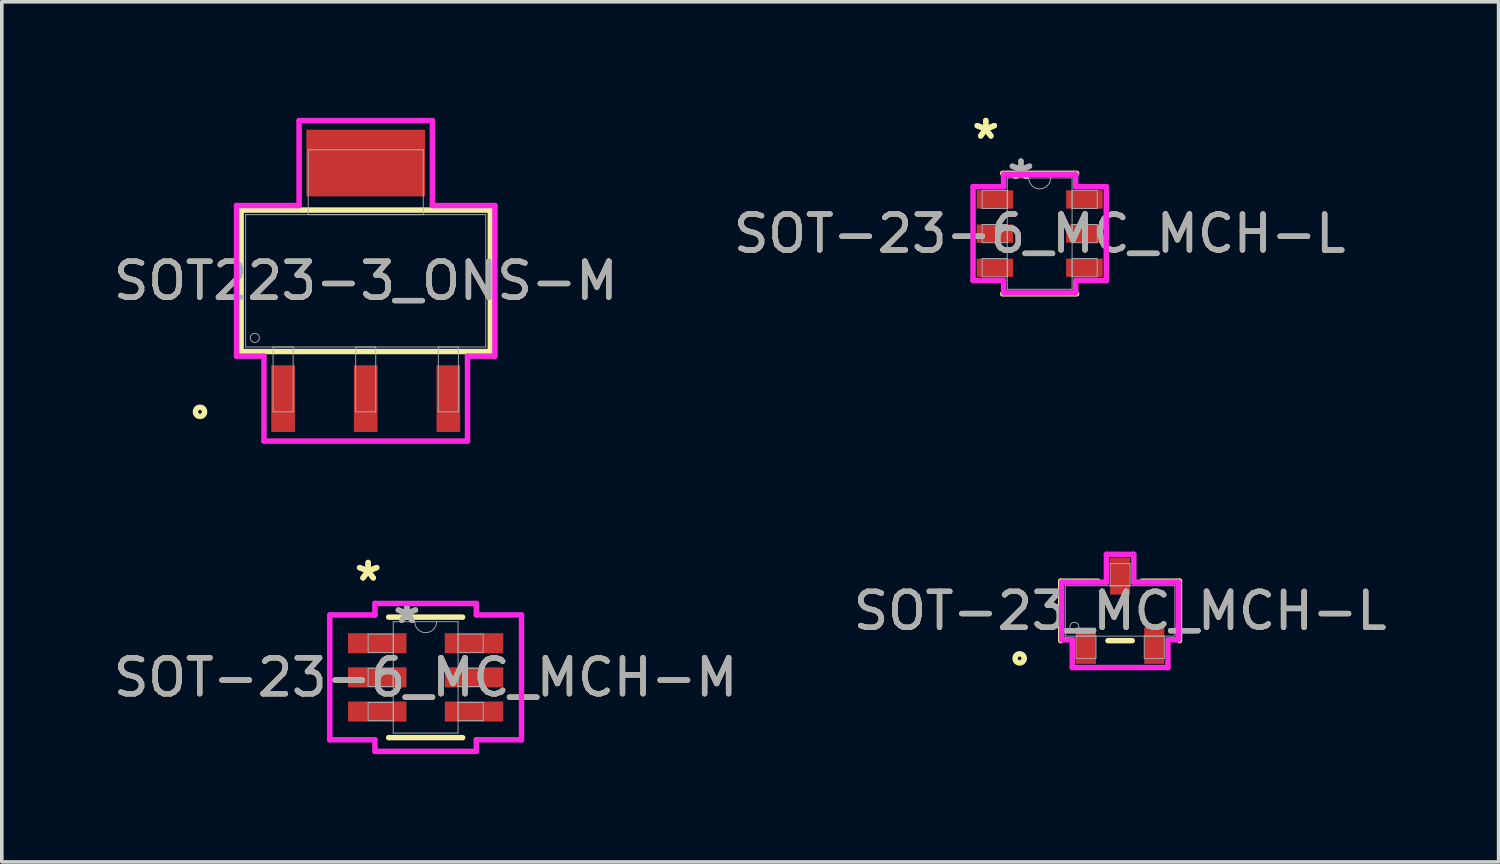
<source format=kicad_pcb>
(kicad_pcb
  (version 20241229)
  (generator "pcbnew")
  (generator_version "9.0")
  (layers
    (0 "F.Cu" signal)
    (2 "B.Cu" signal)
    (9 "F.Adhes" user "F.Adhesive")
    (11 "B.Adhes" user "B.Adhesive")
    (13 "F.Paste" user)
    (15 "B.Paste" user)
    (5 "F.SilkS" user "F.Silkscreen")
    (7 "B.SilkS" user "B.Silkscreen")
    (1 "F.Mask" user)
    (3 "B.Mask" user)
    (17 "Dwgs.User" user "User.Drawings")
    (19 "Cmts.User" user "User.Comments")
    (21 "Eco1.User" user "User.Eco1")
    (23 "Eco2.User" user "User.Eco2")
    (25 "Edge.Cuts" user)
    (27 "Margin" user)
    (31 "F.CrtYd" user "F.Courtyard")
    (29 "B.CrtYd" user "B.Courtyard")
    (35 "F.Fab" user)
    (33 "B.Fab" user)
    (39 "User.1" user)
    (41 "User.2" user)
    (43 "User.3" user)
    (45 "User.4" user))
  (footprint "SOT-23-6_MC_MCH-L"
    (layer "F.Cu")
    (at 25.875 3.449)
    (property "Reference" "SOT-23-6_MC_MCH-L" (at 0 0 0) (unlocked yes) (layer "F.SilkS") (effects (font (size 1 1) (thickness 0.15))))
    (attr smd)
    (fp_line (start -1.029 1.676) (end 1.029 1.676) (stroke (width 0.152) (type solid)) (layer "F.SilkS"))
    (fp_line (start 1.029 -1.676) (end -1.029 -1.676) (stroke (width 0.152) (type solid)) (layer "F.SilkS"))
    (fp_line (start -1.854 -1.306) (end -1.003 -1.306) (stroke (width 0.152) (type solid)) (layer "F.CrtYd"))
    (fp_line (start -1.854 1.306) (end -1.854 -1.306) (stroke (width 0.152) (type solid)) (layer "F.CrtYd"))
    (fp_line (start -1.854 1.306) (end -1.003 1.306) (stroke (width 0.152) (type solid)) (layer "F.CrtYd"))
    (fp_line (start -1.003 -1.651) (end 1.003 -1.651) (stroke (width 0.152) (type solid)) (layer "F.CrtYd"))
    (fp_line (start -1.003 -1.306) (end -1.003 -1.651) (stroke (width 0.152) (type solid)) (layer "F.CrtYd"))
    (fp_line (start -1.003 1.651) (end -1.003 1.306) (stroke (width 0.152) (type solid)) (layer "F.CrtYd"))
    (fp_line (start 1.003 -1.651) (end 1.003 -1.306) (stroke (width 0.152) (type solid)) (layer "F.CrtYd"))
    (fp_line (start 1.003 1.306) (end 1.003 1.651) (stroke (width 0.152) (type solid)) (layer "F.CrtYd"))
    (fp_line (start 1.003 1.651) (end -1.003 1.651) (stroke (width 0.152) (type solid)) (layer "F.CrtYd"))
    (fp_line (start 1.854 -1.306) (end 1.003 -1.306) (stroke (width 0.152) (type solid)) (layer "F.CrtYd"))
    (fp_line (start 1.854 -1.306) (end 1.854 1.306) (stroke (width 0.152) (type solid)) (layer "F.CrtYd"))
    (fp_line (start 1.854 1.306) (end 1.003 1.306) (stroke (width 0.152) (type solid)) (layer "F.CrtYd"))
    (fp_line (start -1.6 -1.204) (end -1.6 -0.696) (stroke (width 0.025) (type solid)) (layer "F.Fab"))
    (fp_line (start -1.6 -0.696) (end -0.902 -0.696) (stroke (width 0.025) (type solid)) (layer "F.Fab"))
    (fp_line (start -1.6 -0.254) (end -1.6 0.254) (stroke (width 0.025) (type solid)) (layer "F.Fab"))
    (fp_line (start -1.6 0.254) (end -0.902 0.254) (stroke (width 0.025) (type solid)) (layer "F.Fab"))
    (fp_line (start -1.6 0.696) (end -1.6 1.204) (stroke (width 0.025) (type solid)) (layer "F.Fab"))
    (fp_line (start -1.6 1.204) (end -0.902 1.204) (stroke (width 0.025) (type solid)) (layer "F.Fab"))
    (fp_line (start -0.902 -1.549) (end -0.902 1.549) (stroke (width 0.025) (type solid)) (layer "F.Fab"))
    (fp_line (start -0.902 -1.204) (end -1.6 -1.204) (stroke (width 0.025) (type solid)) (layer "F.Fab"))
    (fp_line (start -0.902 -0.696) (end -0.902 -1.204) (stroke (width 0.025) (type solid)) (layer "F.Fab"))
    (fp_line (start -0.902 -0.254) (end -1.6 -0.254) (stroke (width 0.025) (type solid)) (layer "F.Fab"))
    (fp_line (start -0.902 0.254) (end -0.902 -0.254) (stroke (width 0.025) (type solid)) (layer "F.Fab"))
    (fp_line (start -0.902 0.696) (end -1.6 0.696) (stroke (width 0.025) (type solid)) (layer "F.Fab"))
    (fp_line (start -0.902 1.204) (end -0.902 0.696) (stroke (width 0.025) (type solid)) (layer "F.Fab"))
    (fp_line (start -0.902 1.549) (end 0.902 1.549) (stroke (width 0.025) (type solid)) (layer "F.Fab"))
    (fp_line (start 0.902 -1.549) (end -0.902 -1.549) (stroke (width 0.025) (type solid)) (layer "F.Fab"))
    (fp_line (start 0.902 -1.204) (end 0.902 -0.696) (stroke (width 0.025) (type solid)) (layer "F.Fab"))
    (fp_line (start 0.902 -0.696) (end 1.6 -0.696) (stroke (width 0.025) (type solid)) (layer "F.Fab"))
    (fp_line (start 0.902 -0.254) (end 0.902 0.254) (stroke (width 0.025) (type solid)) (layer "F.Fab"))
    (fp_line (start 0.902 0.254) (end 1.6 0.254) (stroke (width 0.025) (type solid)) (layer "F.Fab"))
    (fp_line (start 0.902 0.696) (end 0.902 1.204) (stroke (width 0.025) (type solid)) (layer "F.Fab"))
    (fp_line (start 0.902 1.204) (end 1.6 1.204) (stroke (width 0.025) (type solid)) (layer "F.Fab"))
    (fp_line (start 0.902 1.549) (end 0.902 -1.549) (stroke (width 0.025) (type solid)) (layer "F.Fab"))
    (fp_line (start 1.6 -1.204) (end 0.902 -1.204) (stroke (width 0.025) (type solid)) (layer "F.Fab"))
    (fp_line (start 1.6 -0.696) (end 1.6 -1.204) (stroke (width 0.025) (type solid)) (layer "F.Fab"))
    (fp_line (start 1.6 -0.254) (end 0.902 -0.254) (stroke (width 0.025) (type solid)) (layer "F.Fab"))
    (fp_line (start 1.6 0.254) (end 1.6 -0.254) (stroke (width 0.025) (type solid)) (layer "F.Fab"))
    (fp_line (start 1.6 0.696) (end 0.902 0.696) (stroke (width 0.025) (type solid)) (layer "F.Fab"))
    (fp_line (start 1.6 1.204) (end 1.6 0.696) (stroke (width 0.025) (type solid)) (layer "F.Fab"))
    (fp_arc (start 0.3048 -1.5494) (mid 0 -1.2446) (end -0.3048 -1.5494) (stroke (width 0.0254) (type solid)) (layer "F.Fab"))
    (fp_text user "*" (at -1.499 -2.601 0) (layer "F.SilkS") (effects (font (size 1 1) (thickness 0.15))))
    (fp_text user "*" (at -1.499 -2.601 0) (unlocked yes) (layer "F.SilkS") (effects (font (size 1 1) (thickness 0.15))))
    (fp_text user "*" (at -0.521 -1.473 0) (layer "F.Fab") (effects (font (size 1 1) (thickness 0.15))))
    (fp_text user "${REFERENCE}" (at 0 0 0) (unlocked yes) (layer "F.Fab") (effects (font (size 1 1) (thickness 0.15))))
    (fp_text user "*" (at -0.521 -1.473 0) (unlocked yes) (layer "F.Fab") (effects (font (size 1 1) (thickness 0.15))))
    (pad "1" smd rect (at -1.245 -0.95) (size 1.016 0.508) (layers "F.Cu" "F.Mask" "F.Paste"))
    (pad "2" smd rect (at -1.245 0) (size 1.016 0.508) (layers "F.Cu" "F.Mask" "F.Paste"))
    (pad "3" smd rect (at -1.245 0.95) (size 1.016 0.508) (layers "F.Cu" "F.Mask" "F.Paste"))
    (pad "4" smd rect (at 1.245 0.95) (size 1.016 0.508) (layers "F.Cu" "F.Mask" "F.Paste"))
    (pad "5" smd rect (at 1.245 0) (size 1.016 0.508) (layers "F.Cu" "F.Mask" "F.Paste"))
    (pad "6" smd rect (at 1.245 -0.95) (size 1.016 0.508) (layers "F.Cu" "F.Mask" "F.Paste")))
  (footprint "SOT-23_MC_MCH-L"
    (layer "F.Cu")
    (at 28.113 13.947)
    (property "Reference" "SOT-23_MC_MCH-L" (at 0 0 0) (unlocked yes) (layer "F.SilkS") (effects (font (size 1 1) (thickness 0.15))))
    (attr smd)
    (fp_line (start -1.652 -0.827) (end -1.652 0.827) (stroke (width 0.152) (type solid)) (layer "F.SilkS"))
    (fp_line (start -0.612 -0.827) (end -1.652 -0.827) (stroke (width 0.152) (type solid)) (layer "F.SilkS"))
    (fp_line (start -0.338 0.827) (end 0.338 0.827) (stroke (width 0.152) (type solid)) (layer "F.SilkS"))
    (fp_line (start 1.652 -0.827) (end 0.612 -0.827) (stroke (width 0.152) (type solid)) (layer "F.SilkS"))
    (fp_line (start 1.652 0.827) (end 1.652 -0.827) (stroke (width 0.152) (type solid)) (layer "F.SilkS"))
    (fp_circle (center -2.795 1.32) (end -2.668 1.32) (stroke (width 0.152) (type solid)) (fill no) (layer "F.SilkS"))
    (fp_line (start -1.627 -0.802) (end -0.381 -0.802) (stroke (width 0.152) (type solid)) (layer "F.CrtYd"))
    (fp_line (start -1.627 0.802) (end -1.627 -0.802) (stroke (width 0.152) (type solid)) (layer "F.CrtYd"))
    (fp_line (start -1.627 0.802) (end -1.331 0.802) (stroke (width 0.152) (type solid)) (layer "F.CrtYd"))
    (fp_line (start -1.331 0.802) (end -1.331 1.574) (stroke (width 0.152) (type solid)) (layer "F.CrtYd"))
    (fp_line (start -1.331 1.574) (end 1.331 1.574) (stroke (width 0.152) (type solid)) (layer "F.CrtYd"))
    (fp_line (start -0.381 -1.574) (end 0.381 -1.574) (stroke (width 0.152) (type solid)) (layer "F.CrtYd"))
    (fp_line (start -0.381 -0.802) (end -0.381 -1.574) (stroke (width 0.152) (type solid)) (layer "F.CrtYd"))
    (fp_line (start 0.381 -0.802) (end 0.381 -1.574) (stroke (width 0.152) (type solid)) (layer "F.CrtYd"))
    (fp_line (start 1.331 0.802) (end 1.331 1.574) (stroke (width 0.152) (type solid)) (layer "F.CrtYd"))
    (fp_line (start 1.627 -0.802) (end 0.381 -0.802) (stroke (width 0.152) (type solid)) (layer "F.CrtYd"))
    (fp_line (start 1.627 -0.802) (end 1.627 0.802) (stroke (width 0.152) (type solid)) (layer "F.CrtYd"))
    (fp_line (start 1.627 0.802) (end 1.331 0.802) (stroke (width 0.152) (type solid)) (layer "F.CrtYd"))
    (fp_line (start -1.525 -0.7) (end -1.525 0.7) (stroke (width 0.025) (type solid)) (layer "F.Fab"))
    (fp_line (start -1.525 0.7) (end 1.525 0.7) (stroke (width 0.025) (type solid)) (layer "F.Fab"))
    (fp_line (start -1.229 0.7) (end -1.229 1.32) (stroke (width 0.025) (type solid)) (layer "F.Fab"))
    (fp_line (start -1.229 1.32) (end -0.671 1.32) (stroke (width 0.025) (type solid)) (layer "F.Fab"))
    (fp_line (start -0.671 0.7) (end -1.229 0.7) (stroke (width 0.025) (type solid)) (layer "F.Fab"))
    (fp_line (start -0.671 1.32) (end -0.671 0.7) (stroke (width 0.025) (type solid)) (layer "F.Fab"))
    (fp_line (start -0.279 -1.32) (end -0.279 -0.7) (stroke (width 0.025) (type solid)) (layer "F.Fab"))
    (fp_line (start -0.279 -0.7) (end 0.279 -0.7) (stroke (width 0.025) (type solid)) (layer "F.Fab"))
    (fp_line (start 0.279 -1.32) (end -0.279 -1.32) (stroke (width 0.025) (type solid)) (layer "F.Fab"))
    (fp_line (start 0.279 -0.7) (end 0.279 -1.32) (stroke (width 0.025) (type solid)) (layer "F.Fab"))
    (fp_line (start 0.671 0.7) (end 0.671 1.32) (stroke (width 0.025) (type solid)) (layer "F.Fab"))
    (fp_line (start 0.671 1.32) (end 1.229 1.32) (stroke (width 0.025) (type solid)) (layer "F.Fab"))
    (fp_line (start 1.229 0.7) (end 0.671 0.7) (stroke (width 0.025) (type solid)) (layer "F.Fab"))
    (fp_line (start 1.229 1.32) (end 1.229 0.7) (stroke (width 0.025) (type solid)) (layer "F.Fab"))
    (fp_line (start 1.525 -0.7) (end -1.525 -0.7) (stroke (width 0.025) (type solid)) (layer "F.Fab"))
    (fp_line (start 1.525 0.7) (end 1.525 -0.7) (stroke (width 0.025) (type solid)) (layer "F.Fab"))
    (fp_circle (center -1.271 0.446) (end -1.144 0.446) (stroke (width 0.025) (type solid)) (fill no) (layer "F.Fab"))
    (fp_text user "${REFERENCE}" (at 0 0 0) (unlocked yes) (layer "F.Fab") (effects (font (size 1 1) (thickness 0.15))))
    (pad "1" smd rect (at -0.95 0.964) (size 0.559 1.016) (layers "F.Cu" "F.Mask" "F.Paste"))
    (pad "2" smd rect (at 0.95 0.964) (size 0.559 1.016) (layers "F.Cu" "F.Mask" "F.Paste"))
    (pad "3" smd rect (at 0 -0.964) (size 0.559 1.016) (layers "F.Cu" "F.Mask" "F.Paste")))
  (footprint "SOT223-3_ONS-M"
    (layer "F.Cu")
    (at 7.125 4.763)
    (property "Reference" "SOT223-3_ONS-M" (at 0 0 0) (unlocked yes) (layer "F.SilkS") (effects (font (size 1 1) (thickness 0.15))))
    (attr smd)
    (fp_poly (pts (xy 1.651 -4.204) (xy -1.651 -4.204) (xy -1.651 -2.349) (xy 1.651 -2.349)) (stroke (width 0) (type solid)) (fill yes) (layer "F.Cu"))
    (fp_poly (pts (xy 1.702 -4.763) (xy -1.702 -4.763) (xy -1.702 -1.892) (xy 1.702 -1.892)) (stroke (width 0) (type solid)) (fill yes) (layer "F.Mask"))
    (fp_line (start -3.467 -1.968) (end -3.467 1.968) (stroke (width 0.152) (type solid)) (layer "F.SilkS"))
    (fp_line (start -3.467 1.968) (end 3.467 1.968) (stroke (width 0.152) (type solid)) (layer "F.SilkS"))
    (fp_line (start 3.467 -1.968) (end -3.467 -1.968) (stroke (width 0.152) (type solid)) (layer "F.SilkS"))
    (fp_line (start 3.467 1.968) (end 3.467 -1.968) (stroke (width 0.152) (type solid)) (layer "F.SilkS"))
    (fp_circle (center -4.61 3.645) (end -4.483 3.645) (stroke (width 0.152) (type solid)) (fill no) (layer "F.SilkS"))
    (fp_poly (pts (xy 1.651 -4.204) (xy -1.651 -4.204) (xy -1.651 -2.349) (xy 1.651 -2.349)) (stroke (width 0) (type solid)) (fill yes) (layer "F.Paste"))
    (fp_line (start -3.594 -2.095) (end -1.854 -2.095) (stroke (width 0.152) (type solid)) (layer "F.CrtYd"))
    (fp_line (start -3.594 2.095) (end -3.594 -2.095) (stroke (width 0.152) (type solid)) (layer "F.CrtYd"))
    (fp_line (start -2.832 2.095) (end -3.594 2.095) (stroke (width 0.152) (type solid)) (layer "F.CrtYd"))
    (fp_line (start -2.832 4.458) (end -2.832 2.095) (stroke (width 0.152) (type solid)) (layer "F.CrtYd"))
    (fp_line (start -1.854 -4.458) (end 1.854 -4.458) (stroke (width 0.152) (type solid)) (layer "F.CrtYd"))
    (fp_line (start -1.854 -2.095) (end -1.854 -4.458) (stroke (width 0.152) (type solid)) (layer "F.CrtYd"))
    (fp_line (start 1.854 -4.458) (end 1.854 -2.095) (stroke (width 0.152) (type solid)) (layer "F.CrtYd"))
    (fp_line (start 1.854 -2.095) (end 3.594 -2.095) (stroke (width 0.152) (type solid)) (layer "F.CrtYd"))
    (fp_line (start 2.832 2.095) (end 2.832 4.458) (stroke (width 0.152) (type solid)) (layer "F.CrtYd"))
    (fp_line (start 2.832 4.458) (end -2.832 4.458) (stroke (width 0.152) (type solid)) (layer "F.CrtYd"))
    (fp_line (start 3.594 -2.095) (end 3.594 2.095) (stroke (width 0.152) (type solid)) (layer "F.CrtYd"))
    (fp_line (start 3.594 2.095) (end 2.832 2.095) (stroke (width 0.152) (type solid)) (layer "F.CrtYd"))
    (fp_line (start -3.34 -1.841) (end -3.34 1.841) (stroke (width 0.025) (type solid)) (layer "F.Fab"))
    (fp_line (start -3.34 1.841) (end 3.34 1.841) (stroke (width 0.025) (type solid)) (layer "F.Fab"))
    (fp_line (start -2.578 1.841) (end -2.578 3.645) (stroke (width 0.025) (type solid)) (layer "F.Fab"))
    (fp_line (start -2.578 3.645) (end -2.019 3.645) (stroke (width 0.025) (type solid)) (layer "F.Fab"))
    (fp_line (start -2.019 1.841) (end -2.578 1.841) (stroke (width 0.025) (type solid)) (layer "F.Fab"))
    (fp_line (start -2.019 3.645) (end -2.019 1.841) (stroke (width 0.025) (type solid)) (layer "F.Fab"))
    (fp_line (start -1.6 -3.645) (end -1.6 -1.841) (stroke (width 0.025) (type solid)) (layer "F.Fab"))
    (fp_line (start -1.6 -1.841) (end 1.6 -1.841) (stroke (width 0.025) (type solid)) (layer "F.Fab"))
    (fp_line (start -0.279 1.841) (end -0.279 3.645) (stroke (width 0.025) (type solid)) (layer "F.Fab"))
    (fp_line (start -0.279 3.645) (end 0.279 3.645) (stroke (width 0.025) (type solid)) (layer "F.Fab"))
    (fp_line (start 0.279 1.841) (end -0.279 1.841) (stroke (width 0.025) (type solid)) (layer "F.Fab"))
    (fp_line (start 0.279 3.645) (end 0.279 1.841) (stroke (width 0.025) (type solid)) (layer "F.Fab"))
    (fp_line (start 1.6 -3.645) (end -1.6 -3.645) (stroke (width 0.025) (type solid)) (layer "F.Fab"))
    (fp_line (start 1.6 -1.841) (end 1.6 -3.645) (stroke (width 0.025) (type solid)) (layer "F.Fab"))
    (fp_line (start 2.019 1.841) (end 2.019 3.645) (stroke (width 0.025) (type solid)) (layer "F.Fab"))
    (fp_line (start 2.019 3.645) (end 2.578 3.645) (stroke (width 0.025) (type solid)) (layer "F.Fab"))
    (fp_line (start 2.578 1.841) (end 2.019 1.841) (stroke (width 0.025) (type solid)) (layer "F.Fab"))
    (fp_line (start 2.578 3.645) (end 2.578 1.841) (stroke (width 0.025) (type solid)) (layer "F.Fab"))
    (fp_line (start 3.34 -1.841) (end -3.34 -1.841) (stroke (width 0.025) (type solid)) (layer "F.Fab"))
    (fp_line (start 3.34 1.841) (end 3.34 -1.841) (stroke (width 0.025) (type solid)) (layer "F.Fab"))
    (fp_circle (center -3.086 1.587) (end -2.959 1.587) (stroke (width 0.025) (type solid)) (fill no) (layer "F.Fab"))
    (fp_text user "${REFERENCE}" (at 0 0 0) (unlocked yes) (layer "F.Fab") (effects (font (size 1 1) (thickness 0.15))))
    (pad "1" smd rect (at -2.299 3.277) (size 0.66 1.854) (layers "F.Cu" "F.Mask" "F.Paste"))
    (pad "2" smd rect (at 0 3.277) (size 0.66 1.854) (layers "F.Cu" "F.Mask" "F.Paste"))
    (pad "3" smd rect (at 2.299 3.277) (size 0.66 1.854) (layers "F.Cu" "F.Mask" "F.Paste")))
  (footprint "SOT-23-6_MC_MCH-M"
    (layer "F.Cu")
    (at 8.792 15.796)
    (property "Reference" "SOT-23-6_MC_MCH-M" (at 0 0 0) (unlocked yes) (layer "F.SilkS") (effects (font (size 1 1) (thickness 0.15))))
    (attr smd)
    (fp_line (start -1.029 1.676) (end 1.029 1.676) (stroke (width 0.152) (type solid)) (layer "F.SilkS"))
    (fp_line (start 1.029 -1.676) (end -1.029 -1.676) (stroke (width 0.152) (type solid)) (layer "F.SilkS"))
    (fp_line (start -2.667 -1.737) (end -1.41 -1.737) (stroke (width 0.152) (type solid)) (layer "F.CrtYd"))
    (fp_line (start -2.667 1.737) (end -2.667 -1.737) (stroke (width 0.152) (type solid)) (layer "F.CrtYd"))
    (fp_line (start -2.667 1.737) (end -1.41 1.737) (stroke (width 0.152) (type solid)) (layer "F.CrtYd"))
    (fp_line (start -1.41 -2.057) (end 1.41 -2.057) (stroke (width 0.152) (type solid)) (layer "F.CrtYd"))
    (fp_line (start -1.41 -1.737) (end -1.41 -2.057) (stroke (width 0.152) (type solid)) (layer "F.CrtYd"))
    (fp_line (start -1.41 2.057) (end -1.41 1.737) (stroke (width 0.152) (type solid)) (layer "F.CrtYd"))
    (fp_line (start 1.41 -2.057) (end 1.41 -1.737) (stroke (width 0.152) (type solid)) (layer "F.CrtYd"))
    (fp_line (start 1.41 1.737) (end 1.41 2.057) (stroke (width 0.152) (type solid)) (layer "F.CrtYd"))
    (fp_line (start 1.41 2.057) (end -1.41 2.057) (stroke (width 0.152) (type solid)) (layer "F.CrtYd"))
    (fp_line (start 2.667 -1.737) (end 1.41 -1.737) (stroke (width 0.152) (type solid)) (layer "F.CrtYd"))
    (fp_line (start 2.667 -1.737) (end 2.667 1.737) (stroke (width 0.152) (type solid)) (layer "F.CrtYd"))
    (fp_line (start 2.667 1.737) (end 1.41 1.737) (stroke (width 0.152) (type solid)) (layer "F.CrtYd"))
    (fp_line (start -1.6 -1.204) (end -1.6 -0.696) (stroke (width 0.025) (type solid)) (layer "F.Fab"))
    (fp_line (start -1.6 -0.696) (end -0.902 -0.696) (stroke (width 0.025) (type solid)) (layer "F.Fab"))
    (fp_line (start -1.6 -0.254) (end -1.6 0.254) (stroke (width 0.025) (type solid)) (layer "F.Fab"))
    (fp_line (start -1.6 0.254) (end -0.902 0.254) (stroke (width 0.025) (type solid)) (layer "F.Fab"))
    (fp_line (start -1.6 0.696) (end -1.6 1.204) (stroke (width 0.025) (type solid)) (layer "F.Fab"))
    (fp_line (start -1.6 1.204) (end -0.902 1.204) (stroke (width 0.025) (type solid)) (layer "F.Fab"))
    (fp_line (start -0.902 -1.549) (end -0.902 1.549) (stroke (width 0.025) (type solid)) (layer "F.Fab"))
    (fp_line (start -0.902 -1.204) (end -1.6 -1.204) (stroke (width 0.025) (type solid)) (layer "F.Fab"))
    (fp_line (start -0.902 -0.696) (end -0.902 -1.204) (stroke (width 0.025) (type solid)) (layer "F.Fab"))
    (fp_line (start -0.902 -0.254) (end -1.6 -0.254) (stroke (width 0.025) (type solid)) (layer "F.Fab"))
    (fp_line (start -0.902 0.254) (end -0.902 -0.254) (stroke (width 0.025) (type solid)) (layer "F.Fab"))
    (fp_line (start -0.902 0.696) (end -1.6 0.696) (stroke (width 0.025) (type solid)) (layer "F.Fab"))
    (fp_line (start -0.902 1.204) (end -0.902 0.696) (stroke (width 0.025) (type solid)) (layer "F.Fab"))
    (fp_line (start -0.902 1.549) (end 0.902 1.549) (stroke (width 0.025) (type solid)) (layer "F.Fab"))
    (fp_line (start 0.902 -1.549) (end -0.902 -1.549) (stroke (width 0.025) (type solid)) (layer "F.Fab"))
    (fp_line (start 0.902 -1.204) (end 0.902 -0.696) (stroke (width 0.025) (type solid)) (layer "F.Fab"))
    (fp_line (start 0.902 -0.696) (end 1.6 -0.696) (stroke (width 0.025) (type solid)) (layer "F.Fab"))
    (fp_line (start 0.902 -0.254) (end 0.902 0.254) (stroke (width 0.025) (type solid)) (layer "F.Fab"))
    (fp_line (start 0.902 0.254) (end 1.6 0.254) (stroke (width 0.025) (type solid)) (layer "F.Fab"))
    (fp_line (start 0.902 0.696) (end 0.902 1.204) (stroke (width 0.025) (type solid)) (layer "F.Fab"))
    (fp_line (start 0.902 1.204) (end 1.6 1.204) (stroke (width 0.025) (type solid)) (layer "F.Fab"))
    (fp_line (start 0.902 1.549) (end 0.902 -1.549) (stroke (width 0.025) (type solid)) (layer "F.Fab"))
    (fp_line (start 1.6 -1.204) (end 0.902 -1.204) (stroke (width 0.025) (type solid)) (layer "F.Fab"))
    (fp_line (start 1.6 -0.696) (end 1.6 -1.204) (stroke (width 0.025) (type solid)) (layer "F.Fab"))
    (fp_line (start 1.6 -0.254) (end 0.902 -0.254) (stroke (width 0.025) (type solid)) (layer "F.Fab"))
    (fp_line (start 1.6 0.254) (end 1.6 -0.254) (stroke (width 0.025) (type solid)) (layer "F.Fab"))
    (fp_line (start 1.6 0.696) (end 0.902 0.696) (stroke (width 0.025) (type solid)) (layer "F.Fab"))
    (fp_line (start 1.6 1.204) (end 1.6 0.696) (stroke (width 0.025) (type solid)) (layer "F.Fab"))
    (fp_arc (start 0.3048 -1.5494) (mid 0 -1.2446) (end -0.3048 -1.5494) (stroke (width 0.0254) (type solid)) (layer "F.Fab"))
    (fp_text user "*" (at -1.6 -2.652 0) (unlocked yes) (layer "F.SilkS") (effects (font (size 1 1) (thickness 0.15))))
    (fp_text user "*" (at -1.6 -2.652 0) (layer "F.SilkS") (effects (font (size 1 1) (thickness 0.15))))
    (fp_text user "${REFERENCE}" (at 0 0 0) (unlocked yes) (layer "F.Fab") (effects (font (size 1 1) (thickness 0.15))))
    (fp_text user "*" (at -0.521 -1.473 0) (unlocked yes) (layer "F.Fab") (effects (font (size 1 1) (thickness 0.15))))
    (fp_text user "*" (at -0.521 -1.473 0) (layer "F.Fab") (effects (font (size 1 1) (thickness 0.15))))
    (pad "1" smd rect (at -1.346 -0.95) (size 1.626 0.559) (layers "F.Cu" "F.Mask" "F.Paste"))
    (pad "2" smd rect (at -1.346 0) (size 1.626 0.559) (layers "F.Cu" "F.Mask" "F.Paste"))
    (pad "3" smd rect (at -1.346 0.95) (size 1.626 0.559) (layers "F.Cu" "F.Mask" "F.Paste"))
    (pad "4" smd rect (at 1.346 0.95) (size 1.626 0.559) (layers "F.Cu" "F.Mask" "F.Paste"))
    (pad "5" smd rect (at 1.346 0) (size 1.626 0.559) (layers "F.Cu" "F.Mask" "F.Paste"))
    (pad "6" smd rect (at 1.346 -0.95) (size 1.626 0.559) (layers "F.Cu" "F.Mask" "F.Paste")))
  (gr_rect
    (start -3 -3)
    (end 38.643 20.93)
    (stroke (width 0.1) (type default))
    (fill no)
    (layer "Edge.Cuts")))
</source>
